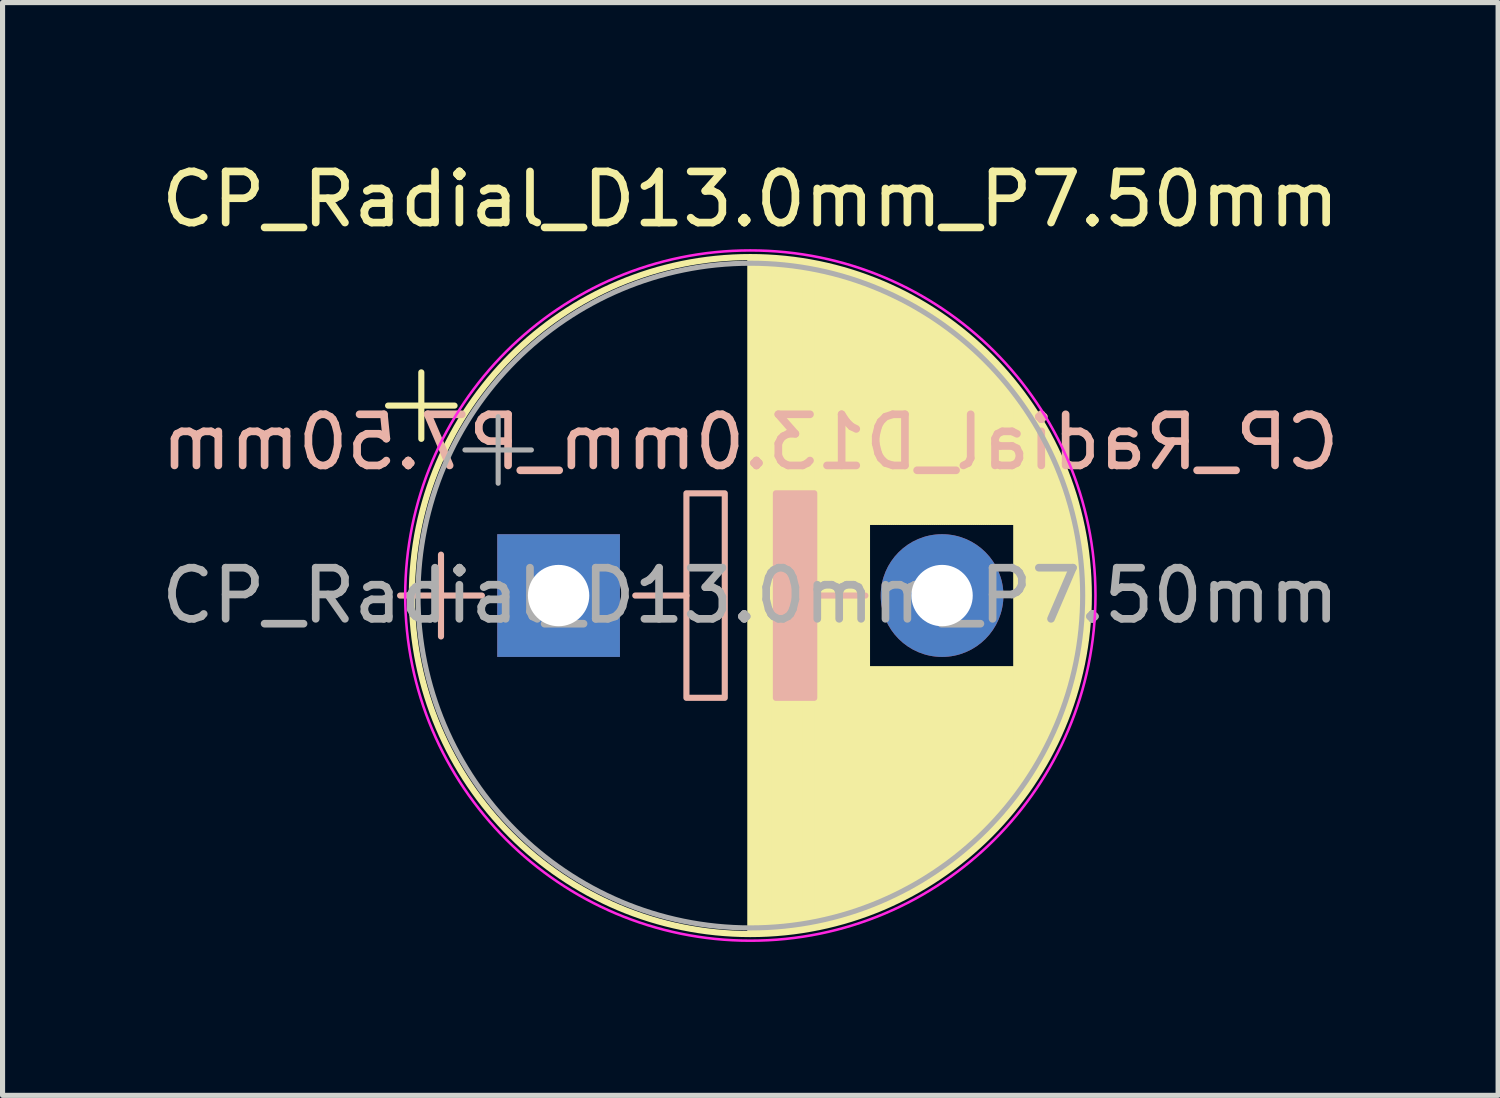
<source format=kicad_pcb>
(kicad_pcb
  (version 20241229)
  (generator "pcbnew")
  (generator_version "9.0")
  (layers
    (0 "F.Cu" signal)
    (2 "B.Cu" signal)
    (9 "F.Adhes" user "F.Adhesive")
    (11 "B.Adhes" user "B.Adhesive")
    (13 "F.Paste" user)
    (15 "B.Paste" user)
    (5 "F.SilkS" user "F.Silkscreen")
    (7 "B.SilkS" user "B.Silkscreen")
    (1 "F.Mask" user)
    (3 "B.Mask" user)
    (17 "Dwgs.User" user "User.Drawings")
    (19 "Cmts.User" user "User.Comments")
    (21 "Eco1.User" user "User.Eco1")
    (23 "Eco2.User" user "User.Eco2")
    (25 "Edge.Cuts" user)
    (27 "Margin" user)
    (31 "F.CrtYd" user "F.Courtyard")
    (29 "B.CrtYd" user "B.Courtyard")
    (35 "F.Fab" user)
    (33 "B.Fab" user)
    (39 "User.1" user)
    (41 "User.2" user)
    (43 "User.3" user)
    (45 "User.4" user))
  (footprint "CP_Radial_D13.0mm_P7.50mm"
    (layer "F.Cu")
    (at 7.875 8.598)
    (property "Reference" "CP_Radial_D13.0mm_P7.50mm" (at 3.75 -7.75 0) (layer "F.SilkS") (effects (font (size 1 1) (thickness 0.15))))
    (fp_line (start -3.335 -3.715) (end -2.035 -3.715) (stroke (width 0.12) (type solid)) (layer "F.SilkS"))
    (fp_line (start -2.685 -4.365) (end -2.685 -3.065) (stroke (width 0.12) (type solid)) (layer "F.SilkS"))
    (fp_line (start 3.75 -6.58) (end 3.75 6.58) (stroke (width 0.12) (type solid)) (layer "F.SilkS"))
    (fp_line (start 3.79 -6.58) (end 3.79 6.58) (stroke (width 0.12) (type solid)) (layer "F.SilkS"))
    (fp_line (start 3.83 -6.58) (end 3.83 6.58) (stroke (width 0.12) (type solid)) (layer "F.SilkS"))
    (fp_line (start 3.87 -6.579) (end 3.87 6.579) (stroke (width 0.12) (type solid)) (layer "F.SilkS"))
    (fp_line (start 3.91 -6.579) (end 3.91 6.579) (stroke (width 0.12) (type solid)) (layer "F.SilkS"))
    (fp_line (start 3.95 -6.577) (end 3.95 6.577) (stroke (width 0.12) (type solid)) (layer "F.SilkS"))
    (fp_line (start 3.99 -6.576) (end 3.99 6.576) (stroke (width 0.12) (type solid)) (layer "F.SilkS"))
    (fp_line (start 4.03 -6.575) (end 4.03 6.575) (stroke (width 0.12) (type solid)) (layer "F.SilkS"))
    (fp_line (start 4.07 -6.573) (end 4.07 6.573) (stroke (width 0.12) (type solid)) (layer "F.SilkS"))
    (fp_line (start 4.11 -6.571) (end 4.11 6.571) (stroke (width 0.12) (type solid)) (layer "F.SilkS"))
    (fp_line (start 4.15 -6.568) (end 4.15 6.568) (stroke (width 0.12) (type solid)) (layer "F.SilkS"))
    (fp_line (start 4.19 -6.566) (end 4.19 6.566) (stroke (width 0.12) (type solid)) (layer "F.SilkS"))
    (fp_line (start 4.23 -6.563) (end 4.23 6.563) (stroke (width 0.12) (type solid)) (layer "F.SilkS"))
    (fp_line (start 4.27 -6.56) (end 4.27 6.56) (stroke (width 0.12) (type solid)) (layer "F.SilkS"))
    (fp_line (start 4.31 -6.557) (end 4.31 6.557) (stroke (width 0.12) (type solid)) (layer "F.SilkS"))
    (fp_line (start 4.35 -6.553) (end 4.35 6.553) (stroke (width 0.12) (type solid)) (layer "F.SilkS"))
    (fp_line (start 4.39 -6.549) (end 4.39 6.549) (stroke (width 0.12) (type solid)) (layer "F.SilkS"))
    (fp_line (start 4.43 -6.545) (end 4.43 6.545) (stroke (width 0.12) (type solid)) (layer "F.SilkS"))
    (fp_line (start 4.471 -6.541) (end 4.471 6.541) (stroke (width 0.12) (type solid)) (layer "F.SilkS"))
    (fp_line (start 4.511 -6.537) (end 4.511 6.537) (stroke (width 0.12) (type solid)) (layer "F.SilkS"))
    (fp_line (start 4.551 -6.532) (end 4.551 6.532) (stroke (width 0.12) (type solid)) (layer "F.SilkS"))
    (fp_line (start 4.591 -6.527) (end 4.591 6.527) (stroke (width 0.12) (type solid)) (layer "F.SilkS"))
    (fp_line (start 4.631 -6.522) (end 4.631 6.522) (stroke (width 0.12) (type solid)) (layer "F.SilkS"))
    (fp_line (start 4.671 -6.516) (end 4.671 6.516) (stroke (width 0.12) (type solid)) (layer "F.SilkS"))
    (fp_line (start 4.711 -6.511) (end 4.711 6.511) (stroke (width 0.12) (type solid)) (layer "F.SilkS"))
    (fp_line (start 4.751 -6.505) (end 4.751 6.505) (stroke (width 0.12) (type solid)) (layer "F.SilkS"))
    (fp_line (start 4.791 -6.498) (end 4.791 6.498) (stroke (width 0.12) (type solid)) (layer "F.SilkS"))
    (fp_line (start 4.831 -6.492) (end 4.831 6.492) (stroke (width 0.12) (type solid)) (layer "F.SilkS"))
    (fp_line (start 4.871 -6.485) (end 4.871 6.485) (stroke (width 0.12) (type solid)) (layer "F.SilkS"))
    (fp_line (start 4.911 -6.478) (end 4.911 6.478) (stroke (width 0.12) (type solid)) (layer "F.SilkS"))
    (fp_line (start 4.951 -6.471) (end 4.951 6.471) (stroke (width 0.12) (type solid)) (layer "F.SilkS"))
    (fp_line (start 4.991 -6.463) (end 4.991 6.463) (stroke (width 0.12) (type solid)) (layer "F.SilkS"))
    (fp_line (start 5.031 -6.456) (end 5.031 6.456) (stroke (width 0.12) (type solid)) (layer "F.SilkS"))
    (fp_line (start 5.071 -6.448) (end 5.071 6.448) (stroke (width 0.12) (type solid)) (layer "F.SilkS"))
    (fp_line (start 5.111 -6.439) (end 5.111 6.439) (stroke (width 0.12) (type solid)) (layer "F.SilkS"))
    (fp_line (start 5.151 -6.431) (end 5.151 6.431) (stroke (width 0.12) (type solid)) (layer "F.SilkS"))
    (fp_line (start 5.191 -6.422) (end 5.191 6.422) (stroke (width 0.12) (type solid)) (layer "F.SilkS"))
    (fp_line (start 5.231 -6.413) (end 5.231 6.413) (stroke (width 0.12) (type solid)) (layer "F.SilkS"))
    (fp_line (start 5.271 -6.404) (end 5.271 6.404) (stroke (width 0.12) (type solid)) (layer "F.SilkS"))
    (fp_line (start 5.311 -6.394) (end 5.311 6.394) (stroke (width 0.12) (type solid)) (layer "F.SilkS"))
    (fp_line (start 5.351 -6.384) (end 5.351 6.384) (stroke (width 0.12) (type solid)) (layer "F.SilkS"))
    (fp_line (start 5.391 -6.374) (end 5.391 6.374) (stroke (width 0.12) (type solid)) (layer "F.SilkS"))
    (fp_line (start 5.431 -6.364) (end 5.431 6.364) (stroke (width 0.12) (type solid)) (layer "F.SilkS"))
    (fp_line (start 5.471 -6.353) (end 5.471 6.353) (stroke (width 0.12) (type solid)) (layer "F.SilkS"))
    (fp_line (start 5.511 -6.342) (end 5.511 6.342) (stroke (width 0.12) (type solid)) (layer "F.SilkS"))
    (fp_line (start 5.551 -6.331) (end 5.551 6.331) (stroke (width 0.12) (type solid)) (layer "F.SilkS"))
    (fp_line (start 5.591 -6.32) (end 5.591 6.32) (stroke (width 0.12) (type solid)) (layer "F.SilkS"))
    (fp_line (start 5.631 -6.308) (end 5.631 6.308) (stroke (width 0.12) (type solid)) (layer "F.SilkS"))
    (fp_line (start 5.671 -6.296) (end 5.671 6.296) (stroke (width 0.12) (type solid)) (layer "F.SilkS"))
    (fp_line (start 5.711 -6.284) (end 5.711 6.284) (stroke (width 0.12) (type solid)) (layer "F.SilkS"))
    (fp_line (start 5.751 -6.271) (end 5.751 6.271) (stroke (width 0.12) (type solid)) (layer "F.SilkS"))
    (fp_line (start 5.791 -6.258) (end 5.791 6.258) (stroke (width 0.12) (type solid)) (layer "F.SilkS"))
    (fp_line (start 5.831 -6.245) (end 5.831 6.245) (stroke (width 0.12) (type solid)) (layer "F.SilkS"))
    (fp_line (start 5.871 -6.232) (end 5.871 6.232) (stroke (width 0.12) (type solid)) (layer "F.SilkS"))
    (fp_line (start 5.911 -6.218) (end 5.911 6.218) (stroke (width 0.12) (type solid)) (layer "F.SilkS"))
    (fp_line (start 5.951 -6.204) (end 5.951 6.204) (stroke (width 0.12) (type solid)) (layer "F.SilkS"))
    (fp_line (start 5.991 -6.19) (end 5.991 6.19) (stroke (width 0.12) (type solid)) (layer "F.SilkS"))
    (fp_line (start 6.031 -6.175) (end 6.031 6.175) (stroke (width 0.12) (type solid)) (layer "F.SilkS"))
    (fp_line (start 6.071 -6.161) (end 6.071 -1.44) (stroke (width 0.12) (type solid)) (layer "F.SilkS"))
    (fp_line (start 6.071 1.44) (end 6.071 6.161) (stroke (width 0.12) (type solid)) (layer "F.SilkS"))
    (fp_line (start 6.111 -6.146) (end 6.111 -1.44) (stroke (width 0.12) (type solid)) (layer "F.SilkS"))
    (fp_line (start 6.111 1.44) (end 6.111 6.146) (stroke (width 0.12) (type solid)) (layer "F.SilkS"))
    (fp_line (start 6.151 -6.13) (end 6.151 -1.44) (stroke (width 0.12) (type solid)) (layer "F.SilkS"))
    (fp_line (start 6.151 1.44) (end 6.151 6.13) (stroke (width 0.12) (type solid)) (layer "F.SilkS"))
    (fp_line (start 6.191 -6.114) (end 6.191 -1.44) (stroke (width 0.12) (type solid)) (layer "F.SilkS"))
    (fp_line (start 6.191 1.44) (end 6.191 6.114) (stroke (width 0.12) (type solid)) (layer "F.SilkS"))
    (fp_line (start 6.231 -6.098) (end 6.231 -1.44) (stroke (width 0.12) (type solid)) (layer "F.SilkS"))
    (fp_line (start 6.231 1.44) (end 6.231 6.098) (stroke (width 0.12) (type solid)) (layer "F.SilkS"))
    (fp_line (start 6.271 -6.082) (end 6.271 -1.44) (stroke (width 0.12) (type solid)) (layer "F.SilkS"))
    (fp_line (start 6.271 1.44) (end 6.271 6.082) (stroke (width 0.12) (type solid)) (layer "F.SilkS"))
    (fp_line (start 6.311 -6.065) (end 6.311 -1.44) (stroke (width 0.12) (type solid)) (layer "F.SilkS"))
    (fp_line (start 6.311 1.44) (end 6.311 6.065) (stroke (width 0.12) (type solid)) (layer "F.SilkS"))
    (fp_line (start 6.351 -6.049) (end 6.351 -1.44) (stroke (width 0.12) (type solid)) (layer "F.SilkS"))
    (fp_line (start 6.351 1.44) (end 6.351 6.049) (stroke (width 0.12) (type solid)) (layer "F.SilkS"))
    (fp_line (start 6.391 -6.031) (end 6.391 -1.44) (stroke (width 0.12) (type solid)) (layer "F.SilkS"))
    (fp_line (start 6.391 1.44) (end 6.391 6.031) (stroke (width 0.12) (type solid)) (layer "F.SilkS"))
    (fp_line (start 6.431 -6.014) (end 6.431 -1.44) (stroke (width 0.12) (type solid)) (layer "F.SilkS"))
    (fp_line (start 6.431 1.44) (end 6.431 6.014) (stroke (width 0.12) (type solid)) (layer "F.SilkS"))
    (fp_line (start 6.471 -5.996) (end 6.471 -1.44) (stroke (width 0.12) (type solid)) (layer "F.SilkS"))
    (fp_line (start 6.471 1.44) (end 6.471 5.996) (stroke (width 0.12) (type solid)) (layer "F.SilkS"))
    (fp_line (start 6.511 -5.978) (end 6.511 -1.44) (stroke (width 0.12) (type solid)) (layer "F.SilkS"))
    (fp_line (start 6.511 1.44) (end 6.511 5.978) (stroke (width 0.12) (type solid)) (layer "F.SilkS"))
    (fp_line (start 6.551 -5.959) (end 6.551 -1.44) (stroke (width 0.12) (type solid)) (layer "F.SilkS"))
    (fp_line (start 6.551 1.44) (end 6.551 5.959) (stroke (width 0.12) (type solid)) (layer "F.SilkS"))
    (fp_line (start 6.591 -5.94) (end 6.591 -1.44) (stroke (width 0.12) (type solid)) (layer "F.SilkS"))
    (fp_line (start 6.591 1.44) (end 6.591 5.94) (stroke (width 0.12) (type solid)) (layer "F.SilkS"))
    (fp_line (start 6.631 -5.921) (end 6.631 -1.44) (stroke (width 0.12) (type solid)) (layer "F.SilkS"))
    (fp_line (start 6.631 1.44) (end 6.631 5.921) (stroke (width 0.12) (type solid)) (layer "F.SilkS"))
    (fp_line (start 6.671 -5.902) (end 6.671 -1.44) (stroke (width 0.12) (type solid)) (layer "F.SilkS"))
    (fp_line (start 6.671 1.44) (end 6.671 5.902) (stroke (width 0.12) (type solid)) (layer "F.SilkS"))
    (fp_line (start 6.711 -5.882) (end 6.711 -1.44) (stroke (width 0.12) (type solid)) (layer "F.SilkS"))
    (fp_line (start 6.711 1.44) (end 6.711 5.882) (stroke (width 0.12) (type solid)) (layer "F.SilkS"))
    (fp_line (start 6.751 -5.862) (end 6.751 -1.44) (stroke (width 0.12) (type solid)) (layer "F.SilkS"))
    (fp_line (start 6.751 1.44) (end 6.751 5.862) (stroke (width 0.12) (type solid)) (layer "F.SilkS"))
    (fp_line (start 6.791 -5.841) (end 6.791 -1.44) (stroke (width 0.12) (type solid)) (layer "F.SilkS"))
    (fp_line (start 6.791 1.44) (end 6.791 5.841) (stroke (width 0.12) (type solid)) (layer "F.SilkS"))
    (fp_line (start 6.831 -5.82) (end 6.831 -1.44) (stroke (width 0.12) (type solid)) (layer "F.SilkS"))
    (fp_line (start 6.831 1.44) (end 6.831 5.82) (stroke (width 0.12) (type solid)) (layer "F.SilkS"))
    (fp_line (start 6.871 -5.799) (end 6.871 -1.44) (stroke (width 0.12) (type solid)) (layer "F.SilkS"))
    (fp_line (start 6.871 1.44) (end 6.871 5.799) (stroke (width 0.12) (type solid)) (layer "F.SilkS"))
    (fp_line (start 6.911 -5.778) (end 6.911 -1.44) (stroke (width 0.12) (type solid)) (layer "F.SilkS"))
    (fp_line (start 6.911 1.44) (end 6.911 5.778) (stroke (width 0.12) (type solid)) (layer "F.SilkS"))
    (fp_line (start 6.951 -5.756) (end 6.951 -1.44) (stroke (width 0.12) (type solid)) (layer "F.SilkS"))
    (fp_line (start 6.951 1.44) (end 6.951 5.756) (stroke (width 0.12) (type solid)) (layer "F.SilkS"))
    (fp_line (start 6.991 -5.733) (end 6.991 -1.44) (stroke (width 0.12) (type solid)) (layer "F.SilkS"))
    (fp_line (start 6.991 1.44) (end 6.991 5.733) (stroke (width 0.12) (type solid)) (layer "F.SilkS"))
    (fp_line (start 7.031 -5.711) (end 7.031 -1.44) (stroke (width 0.12) (type solid)) (layer "F.SilkS"))
    (fp_line (start 7.031 1.44) (end 7.031 5.711) (stroke (width 0.12) (type solid)) (layer "F.SilkS"))
    (fp_line (start 7.071 -5.688) (end 7.071 -1.44) (stroke (width 0.12) (type solid)) (layer "F.SilkS"))
    (fp_line (start 7.071 1.44) (end 7.071 5.688) (stroke (width 0.12) (type solid)) (layer "F.SilkS"))
    (fp_line (start 7.111 -5.664) (end 7.111 -1.44) (stroke (width 0.12) (type solid)) (layer "F.SilkS"))
    (fp_line (start 7.111 1.44) (end 7.111 5.664) (stroke (width 0.12) (type solid)) (layer "F.SilkS"))
    (fp_line (start 7.151 -5.641) (end 7.151 -1.44) (stroke (width 0.12) (type solid)) (layer "F.SilkS"))
    (fp_line (start 7.151 1.44) (end 7.151 5.641) (stroke (width 0.12) (type solid)) (layer "F.SilkS"))
    (fp_line (start 7.191 -5.617) (end 7.191 -1.44) (stroke (width 0.12) (type solid)) (layer "F.SilkS"))
    (fp_line (start 7.191 1.44) (end 7.191 5.617) (stroke (width 0.12) (type solid)) (layer "F.SilkS"))
    (fp_line (start 7.231 -5.592) (end 7.231 -1.44) (stroke (width 0.12) (type solid)) (layer "F.SilkS"))
    (fp_line (start 7.231 1.44) (end 7.231 5.592) (stroke (width 0.12) (type solid)) (layer "F.SilkS"))
    (fp_line (start 7.271 -5.567) (end 7.271 -1.44) (stroke (width 0.12) (type solid)) (layer "F.SilkS"))
    (fp_line (start 7.271 1.44) (end 7.271 5.567) (stroke (width 0.12) (type solid)) (layer "F.SilkS"))
    (fp_line (start 7.311 -5.542) (end 7.311 -1.44) (stroke (width 0.12) (type solid)) (layer "F.SilkS"))
    (fp_line (start 7.311 1.44) (end 7.311 5.542) (stroke (width 0.12) (type solid)) (layer "F.SilkS"))
    (fp_line (start 7.351 -5.516) (end 7.351 -1.44) (stroke (width 0.12) (type solid)) (layer "F.SilkS"))
    (fp_line (start 7.351 1.44) (end 7.351 5.516) (stroke (width 0.12) (type solid)) (layer "F.SilkS"))
    (fp_line (start 7.391 -5.49) (end 7.391 -1.44) (stroke (width 0.12) (type solid)) (layer "F.SilkS"))
    (fp_line (start 7.391 1.44) (end 7.391 5.49) (stroke (width 0.12) (type solid)) (layer "F.SilkS"))
    (fp_line (start 7.431 -5.463) (end 7.431 -1.44) (stroke (width 0.12) (type solid)) (layer "F.SilkS"))
    (fp_line (start 7.431 1.44) (end 7.431 5.463) (stroke (width 0.12) (type solid)) (layer "F.SilkS"))
    (fp_line (start 7.471 -5.436) (end 7.471 -1.44) (stroke (width 0.12) (type solid)) (layer "F.SilkS"))
    (fp_line (start 7.471 1.44) (end 7.471 5.436) (stroke (width 0.12) (type solid)) (layer "F.SilkS"))
    (fp_line (start 7.511 -5.409) (end 7.511 -1.44) (stroke (width 0.12) (type solid)) (layer "F.SilkS"))
    (fp_line (start 7.511 1.44) (end 7.511 5.409) (stroke (width 0.12) (type solid)) (layer "F.SilkS"))
    (fp_line (start 7.551 -5.381) (end 7.551 -1.44) (stroke (width 0.12) (type solid)) (layer "F.SilkS"))
    (fp_line (start 7.551 1.44) (end 7.551 5.381) (stroke (width 0.12) (type solid)) (layer "F.SilkS"))
    (fp_line (start 7.591 -5.353) (end 7.591 -1.44) (stroke (width 0.12) (type solid)) (layer "F.SilkS"))
    (fp_line (start 7.591 1.44) (end 7.591 5.353) (stroke (width 0.12) (type solid)) (layer "F.SilkS"))
    (fp_line (start 7.631 -5.324) (end 7.631 -1.44) (stroke (width 0.12) (type solid)) (layer "F.SilkS"))
    (fp_line (start 7.631 1.44) (end 7.631 5.324) (stroke (width 0.12) (type solid)) (layer "F.SilkS"))
    (fp_line (start 7.671 -5.295) (end 7.671 -1.44) (stroke (width 0.12) (type solid)) (layer "F.SilkS"))
    (fp_line (start 7.671 1.44) (end 7.671 5.295) (stroke (width 0.12) (type solid)) (layer "F.SilkS"))
    (fp_line (start 7.711 -5.265) (end 7.711 -1.44) (stroke (width 0.12) (type solid)) (layer "F.SilkS"))
    (fp_line (start 7.711 1.44) (end 7.711 5.265) (stroke (width 0.12) (type solid)) (layer "F.SilkS"))
    (fp_line (start 7.751 -5.235) (end 7.751 -1.44) (stroke (width 0.12) (type solid)) (layer "F.SilkS"))
    (fp_line (start 7.751 1.44) (end 7.751 5.235) (stroke (width 0.12) (type solid)) (layer "F.SilkS"))
    (fp_line (start 7.791 -5.205) (end 7.791 -1.44) (stroke (width 0.12) (type solid)) (layer "F.SilkS"))
    (fp_line (start 7.791 1.44) (end 7.791 5.205) (stroke (width 0.12) (type solid)) (layer "F.SilkS"))
    (fp_line (start 7.831 -5.174) (end 7.831 -1.44) (stroke (width 0.12) (type solid)) (layer "F.SilkS"))
    (fp_line (start 7.831 1.44) (end 7.831 5.174) (stroke (width 0.12) (type solid)) (layer "F.SilkS"))
    (fp_line (start 7.871 -5.142) (end 7.871 -1.44) (stroke (width 0.12) (type solid)) (layer "F.SilkS"))
    (fp_line (start 7.871 1.44) (end 7.871 5.142) (stroke (width 0.12) (type solid)) (layer "F.SilkS"))
    (fp_line (start 7.911 -5.11) (end 7.911 -1.44) (stroke (width 0.12) (type solid)) (layer "F.SilkS"))
    (fp_line (start 7.911 1.44) (end 7.911 5.11) (stroke (width 0.12) (type solid)) (layer "F.SilkS"))
    (fp_line (start 7.951 -5.078) (end 7.951 -1.44) (stroke (width 0.12) (type solid)) (layer "F.SilkS"))
    (fp_line (start 7.951 1.44) (end 7.951 5.078) (stroke (width 0.12) (type solid)) (layer "F.SilkS"))
    (fp_line (start 7.991 -5.044) (end 7.991 -1.44) (stroke (width 0.12) (type solid)) (layer "F.SilkS"))
    (fp_line (start 7.991 1.44) (end 7.991 5.044) (stroke (width 0.12) (type solid)) (layer "F.SilkS"))
    (fp_line (start 8.031 -5.011) (end 8.031 -1.44) (stroke (width 0.12) (type solid)) (layer "F.SilkS"))
    (fp_line (start 8.031 1.44) (end 8.031 5.011) (stroke (width 0.12) (type solid)) (layer "F.SilkS"))
    (fp_line (start 8.071 -4.977) (end 8.071 -1.44) (stroke (width 0.12) (type solid)) (layer "F.SilkS"))
    (fp_line (start 8.071 1.44) (end 8.071 4.977) (stroke (width 0.12) (type solid)) (layer "F.SilkS"))
    (fp_line (start 8.111 -4.942) (end 8.111 -1.44) (stroke (width 0.12) (type solid)) (layer "F.SilkS"))
    (fp_line (start 8.111 1.44) (end 8.111 4.942) (stroke (width 0.12) (type solid)) (layer "F.SilkS"))
    (fp_line (start 8.151 -4.907) (end 8.151 -1.44) (stroke (width 0.12) (type solid)) (layer "F.SilkS"))
    (fp_line (start 8.151 1.44) (end 8.151 4.907) (stroke (width 0.12) (type solid)) (layer "F.SilkS"))
    (fp_line (start 8.191 -4.871) (end 8.191 -1.44) (stroke (width 0.12) (type solid)) (layer "F.SilkS"))
    (fp_line (start 8.191 1.44) (end 8.191 4.871) (stroke (width 0.12) (type solid)) (layer "F.SilkS"))
    (fp_line (start 8.231 -4.834) (end 8.231 -1.44) (stroke (width 0.12) (type solid)) (layer "F.SilkS"))
    (fp_line (start 8.231 1.44) (end 8.231 4.834) (stroke (width 0.12) (type solid)) (layer "F.SilkS"))
    (fp_line (start 8.271 -4.797) (end 8.271 -1.44) (stroke (width 0.12) (type solid)) (layer "F.SilkS"))
    (fp_line (start 8.271 1.44) (end 8.271 4.797) (stroke (width 0.12) (type solid)) (layer "F.SilkS"))
    (fp_line (start 8.311 -4.76) (end 8.311 -1.44) (stroke (width 0.12) (type solid)) (layer "F.SilkS"))
    (fp_line (start 8.311 1.44) (end 8.311 4.76) (stroke (width 0.12) (type solid)) (layer "F.SilkS"))
    (fp_line (start 8.351 -4.721) (end 8.351 -1.44) (stroke (width 0.12) (type solid)) (layer "F.SilkS"))
    (fp_line (start 8.351 1.44) (end 8.351 4.721) (stroke (width 0.12) (type solid)) (layer "F.SilkS"))
    (fp_line (start 8.391 -4.682) (end 8.391 -1.44) (stroke (width 0.12) (type solid)) (layer "F.SilkS"))
    (fp_line (start 8.391 1.44) (end 8.391 4.682) (stroke (width 0.12) (type solid)) (layer "F.SilkS"))
    (fp_line (start 8.431 -4.643) (end 8.431 -1.44) (stroke (width 0.12) (type solid)) (layer "F.SilkS"))
    (fp_line (start 8.431 1.44) (end 8.431 4.643) (stroke (width 0.12) (type solid)) (layer "F.SilkS"))
    (fp_line (start 8.471 -4.602) (end 8.471 -1.44) (stroke (width 0.12) (type solid)) (layer "F.SilkS"))
    (fp_line (start 8.471 1.44) (end 8.471 4.602) (stroke (width 0.12) (type solid)) (layer "F.SilkS"))
    (fp_line (start 8.511 -4.561) (end 8.511 -1.44) (stroke (width 0.12) (type solid)) (layer "F.SilkS"))
    (fp_line (start 8.511 1.44) (end 8.511 4.561) (stroke (width 0.12) (type solid)) (layer "F.SilkS"))
    (fp_line (start 8.551 -4.519) (end 8.551 -1.44) (stroke (width 0.12) (type solid)) (layer "F.SilkS"))
    (fp_line (start 8.551 1.44) (end 8.551 4.519) (stroke (width 0.12) (type solid)) (layer "F.SilkS"))
    (fp_line (start 8.591 -4.477) (end 8.591 -1.44) (stroke (width 0.12) (type solid)) (layer "F.SilkS"))
    (fp_line (start 8.591 1.44) (end 8.591 4.477) (stroke (width 0.12) (type solid)) (layer "F.SilkS"))
    (fp_line (start 8.631 -4.434) (end 8.631 -1.44) (stroke (width 0.12) (type solid)) (layer "F.SilkS"))
    (fp_line (start 8.631 1.44) (end 8.631 4.434) (stroke (width 0.12) (type solid)) (layer "F.SilkS"))
    (fp_line (start 8.671 -4.39) (end 8.671 -1.44) (stroke (width 0.12) (type solid)) (layer "F.SilkS"))
    (fp_line (start 8.671 1.44) (end 8.671 4.39) (stroke (width 0.12) (type solid)) (layer "F.SilkS"))
    (fp_line (start 8.711 -4.345) (end 8.711 -1.44) (stroke (width 0.12) (type solid)) (layer "F.SilkS"))
    (fp_line (start 8.711 1.44) (end 8.711 4.345) (stroke (width 0.12) (type solid)) (layer "F.SilkS"))
    (fp_line (start 8.751 -4.299) (end 8.751 -1.44) (stroke (width 0.12) (type solid)) (layer "F.SilkS"))
    (fp_line (start 8.751 1.44) (end 8.751 4.299) (stroke (width 0.12) (type solid)) (layer "F.SilkS"))
    (fp_line (start 8.791 -4.253) (end 8.791 -1.44) (stroke (width 0.12) (type solid)) (layer "F.SilkS"))
    (fp_line (start 8.791 1.44) (end 8.791 4.253) (stroke (width 0.12) (type solid)) (layer "F.SilkS"))
    (fp_line (start 8.831 -4.205) (end 8.831 -1.44) (stroke (width 0.12) (type solid)) (layer "F.SilkS"))
    (fp_line (start 8.831 1.44) (end 8.831 4.205) (stroke (width 0.12) (type solid)) (layer "F.SilkS"))
    (fp_line (start 8.871 -4.157) (end 8.871 -1.44) (stroke (width 0.12) (type solid)) (layer "F.SilkS"))
    (fp_line (start 8.871 1.44) (end 8.871 4.157) (stroke (width 0.12) (type solid)) (layer "F.SilkS"))
    (fp_line (start 8.911 -4.108) (end 8.911 -1.44) (stroke (width 0.12) (type solid)) (layer "F.SilkS"))
    (fp_line (start 8.911 1.44) (end 8.911 4.108) (stroke (width 0.12) (type solid)) (layer "F.SilkS"))
    (fp_line (start 8.951 -4.057) (end 8.951 4.057) (stroke (width 0.12) (type solid)) (layer "F.SilkS"))
    (fp_line (start 8.991 -4.006) (end 8.991 4.006) (stroke (width 0.12) (type solid)) (layer "F.SilkS"))
    (fp_line (start 9.031 -3.954) (end 9.031 3.954) (stroke (width 0.12) (type solid)) (layer "F.SilkS"))
    (fp_line (start 9.071 -3.9) (end 9.071 3.9) (stroke (width 0.12) (type solid)) (layer "F.SilkS"))
    (fp_line (start 9.111 -3.846) (end 9.111 3.846) (stroke (width 0.12) (type solid)) (layer "F.SilkS"))
    (fp_line (start 9.151 -3.79) (end 9.151 3.79) (stroke (width 0.12) (type solid)) (layer "F.SilkS"))
    (fp_line (start 9.191 -3.733) (end 9.191 3.733) (stroke (width 0.12) (type solid)) (layer "F.SilkS"))
    (fp_line (start 9.231 -3.675) (end 9.231 3.675) (stroke (width 0.12) (type solid)) (layer "F.SilkS"))
    (fp_line (start 9.271 -3.615) (end 9.271 3.615) (stroke (width 0.12) (type solid)) (layer "F.SilkS"))
    (fp_line (start 9.311 -3.554) (end 9.311 3.554) (stroke (width 0.12) (type solid)) (layer "F.SilkS"))
    (fp_line (start 9.351 -3.491) (end 9.351 3.491) (stroke (width 0.12) (type solid)) (layer "F.SilkS"))
    (fp_line (start 9.391 -3.427) (end 9.391 3.427) (stroke (width 0.12) (type solid)) (layer "F.SilkS"))
    (fp_line (start 9.431 -3.361) (end 9.431 3.361) (stroke (width 0.12) (type solid)) (layer "F.SilkS"))
    (fp_line (start 9.471 -3.293) (end 9.471 3.293) (stroke (width 0.12) (type solid)) (layer "F.SilkS"))
    (fp_line (start 9.511 -3.223) (end 9.511 3.223) (stroke (width 0.12) (type solid)) (layer "F.SilkS"))
    (fp_line (start 9.551 -3.152) (end 9.551 3.152) (stroke (width 0.12) (type solid)) (layer "F.SilkS"))
    (fp_line (start 9.591 -3.078) (end 9.591 3.078) (stroke (width 0.12) (type solid)) (layer "F.SilkS"))
    (fp_line (start 9.631 -3.002) (end 9.631 3.002) (stroke (width 0.12) (type solid)) (layer "F.SilkS"))
    (fp_line (start 9.671 -2.923) (end 9.671 2.923) (stroke (width 0.12) (type solid)) (layer "F.SilkS"))
    (fp_line (start 9.711 -2.842) (end 9.711 2.842) (stroke (width 0.12) (type solid)) (layer "F.SilkS"))
    (fp_line (start 9.751 -2.758) (end 9.751 2.758) (stroke (width 0.12) (type solid)) (layer "F.SilkS"))
    (fp_line (start 9.791 -2.67) (end 9.791 2.67) (stroke (width 0.12) (type solid)) (layer "F.SilkS"))
    (fp_line (start 9.831 -2.579) (end 9.831 2.579) (stroke (width 0.12) (type solid)) (layer "F.SilkS"))
    (fp_line (start 9.871 -2.484) (end 9.871 2.484) (stroke (width 0.12) (type solid)) (layer "F.SilkS"))
    (fp_line (start 9.911 -2.385) (end 9.911 2.385) (stroke (width 0.12) (type solid)) (layer "F.SilkS"))
    (fp_line (start 9.951 -2.281) (end 9.951 2.281) (stroke (width 0.12) (type solid)) (layer "F.SilkS"))
    (fp_line (start 9.991 -2.171) (end 9.991 2.171) (stroke (width 0.12) (type solid)) (layer "F.SilkS"))
    (fp_line (start 10.031 -2.055) (end 10.031 2.055) (stroke (width 0.12) (type solid)) (layer "F.SilkS"))
    (fp_line (start 10.071 -1.931) (end 10.071 1.931) (stroke (width 0.12) (type solid)) (layer "F.SilkS"))
    (fp_line (start 10.111 -1.798) (end 10.111 1.798) (stroke (width 0.12) (type solid)) (layer "F.SilkS"))
    (fp_line (start 10.151 -1.653) (end 10.151 1.653) (stroke (width 0.12) (type solid)) (layer "F.SilkS"))
    (fp_line (start 10.191 -1.494) (end 10.191 1.494) (stroke (width 0.12) (type solid)) (layer "F.SilkS"))
    (fp_line (start 10.231 -1.315) (end 10.231 1.315) (stroke (width 0.12) (type solid)) (layer "F.SilkS"))
    (fp_line (start 10.271 -1.107) (end 10.271 1.107) (stroke (width 0.12) (type solid)) (layer "F.SilkS"))
    (fp_line (start 10.311 -0.85) (end 10.311 0.85) (stroke (width 0.12) (type solid)) (layer "F.SilkS"))
    (fp_line (start 10.351 -0.475) (end 10.351 0.475) (stroke (width 0.12) (type solid)) (layer "F.SilkS"))
    (fp_circle (center 3.75 0) (end 10.37 0) (stroke (width 0.12) (type solid)) (fill no) (layer "F.SilkS"))
    (fp_line (start -2.3 -0.8) (end -2.3 0.8) (stroke (width 0.12) (type solid)) (layer "B.SilkS"))
    (fp_line (start -1.5 0) (end -3.1 0) (stroke (width 0.12) (type solid)) (layer "B.SilkS"))
    (fp_line (start 2.5 0) (end 1.5 0) (stroke (width 0.12) (type solid)) (layer "B.SilkS"))
    (fp_line (start 6 0) (end 5 0) (stroke (width 0.12) (type solid)) (layer "B.SilkS"))
    (fp_rect (start 2.5 -2) (end 3.25 2) (stroke (width 0.12) (type solid)) (fill no) (layer "B.SilkS"))
    (fp_rect (start 4.25 -2) (end 5 2) (stroke (width 0.12) (type solid)) (fill yes) (layer "B.SilkS"))
    (fp_circle (center 3.75 0) (end 10.5 0) (stroke (width 0.05) (type solid)) (fill no) (layer "F.CrtYd"))
    (fp_line (start -1.832 -2.848) (end -0.532 -2.848) (stroke (width 0.1) (type solid)) (layer "F.Fab"))
    (fp_line (start -1.182 -3.498) (end -1.182 -2.197) (stroke (width 0.1) (type solid)) (layer "F.Fab"))
    (fp_circle (center 3.75 0) (end 10.25 0) (stroke (width 0.1) (type solid)) (fill no) (layer "F.Fab"))
    (fp_text user "${REFERENCE}" (at 3.75 -3 0) (layer "B.SilkS") (effects (font (size 1 1) (thickness 0.15)) (justify mirror)))
    (fp_text user "${REFERENCE}" (at 3.75 0 0) (layer "F.Fab") (effects (font (size 1 1) (thickness 0.15))))
    (pad "1" thru_hole rect (at 0 0) (size 2.4 2.4) (drill 1.2) (layers "*.Cu" "*.Mask"))
    (pad "2" thru_hole circle (at 7.5 0) (size 2.4 2.4) (drill 1.2) (layers "*.Cu" "*.Mask")))
  (gr_rect
    (start -3 -3)
    (end 26.25 18.373)
    (stroke (width 0.1) (type default))
    (fill no)
    (layer "Edge.Cuts")))
</source>
